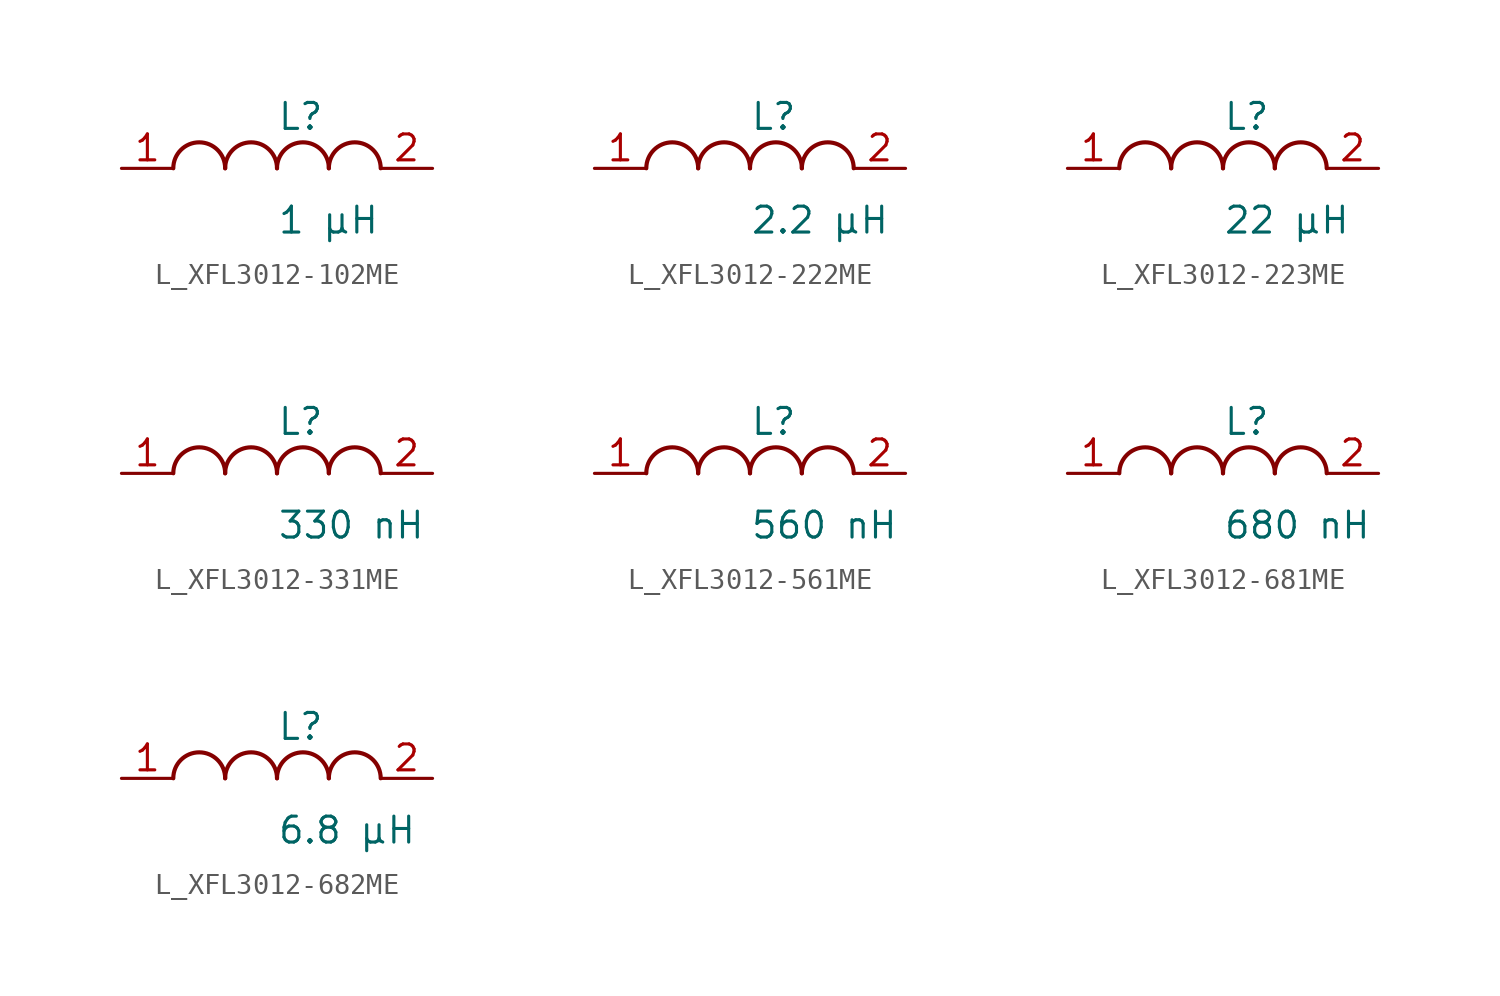
<source format=kicad_sym>
(kicad_symbol_lib
  (version 20231120)
  (generator kicad_symbol_editor)
  (generator_version 8.0)
  (symbol "L_XFL3012-102ME"
    (pin_names
      (offset 0.254))
    (property "Reference" "L"
      (at 0 2.54 0)
      (effects (font (size 1.27 1.27)) (justify left)))
    (property "Value" "1 µH"
      (at 0 -2.54 0)
      (effects (font (size 1.27 1.27)) (justify left)))
    (symbol "L_XFL3012-102ME_1_1"
      (arc (start -2.54 0.0056) (mid -3.81 1.27) (end -5.08 0.0056) (stroke (width 0.2032) (type default)) (fill (type none)))
      (arc (start 0 0.0056) (mid -1.27 1.27) (end -2.54 0.0056) (stroke (width 0.2032) (type default)) (fill (type none)))
      (arc (start 2.54 0.0056) (mid 1.27 1.27) (end 0 0.0056) (stroke (width 0.2032) (type default)) (fill (type none)))
      (arc (start 5.08 0.0056) (mid 3.81 1.27) (end 2.54 0.0056) (stroke (width 0.2032) (type default)) (fill (type none)))
      (pin unspecified line (at -7.62 0 0) (length 2.54) (name "" (effects (font (size 1.27 1.27)))) (number "1" (effects (font (size 1.27 1.27)))))
      (pin unspecified line (at 7.62 0 180) (length 2.54) (name "" (effects (font (size 1.27 1.27)))) (number "2" (effects (font (size 1.27 1.27)))))))
  (symbol "L_XFL3012-222ME"
    (pin_names
      (offset 0.254))
    (property "Reference" "L"
      (at 0 2.54 0)
      (effects (font (size 1.27 1.27)) (justify left)))
    (property "Value" "2.2 µH"
      (at 0 -2.54 0)
      (effects (font (size 1.27 1.27)) (justify left)))
    (symbol "L_XFL3012-222ME_1_1"
      (arc (start -2.54 0.0056) (mid -3.81 1.27) (end -5.08 0.0056) (stroke (width 0.2032) (type default)) (fill (type none)))
      (arc (start 0 0.0056) (mid -1.27 1.27) (end -2.54 0.0056) (stroke (width 0.2032) (type default)) (fill (type none)))
      (arc (start 2.54 0.0056) (mid 1.27 1.27) (end 0 0.0056) (stroke (width 0.2032) (type default)) (fill (type none)))
      (arc (start 5.08 0.0056) (mid 3.81 1.27) (end 2.54 0.0056) (stroke (width 0.2032) (type default)) (fill (type none)))
      (pin unspecified line (at -7.62 0 0) (length 2.54) (name "" (effects (font (size 1.27 1.27)))) (number "1" (effects (font (size 1.27 1.27)))))
      (pin unspecified line (at 7.62 0 180) (length 2.54) (name "" (effects (font (size 1.27 1.27)))) (number "2" (effects (font (size 1.27 1.27)))))))
  (symbol "L_XFL3012-223ME"
    (pin_names
      (offset 0.254))
    (property "Reference" "L"
      (at 0 2.54 0)
      (effects (font (size 1.27 1.27)) (justify left)))
    (property "Value" "22 µH"
      (at 0 -2.54 0)
      (effects (font (size 1.27 1.27)) (justify left)))
    (symbol "L_XFL3012-223ME_1_1"
      (arc (start -2.54 0.0056) (mid -3.81 1.27) (end -5.08 0.0056) (stroke (width 0.2032) (type default)) (fill (type none)))
      (arc (start 0 0.0056) (mid -1.27 1.27) (end -2.54 0.0056) (stroke (width 0.2032) (type default)) (fill (type none)))
      (arc (start 2.54 0.0056) (mid 1.27 1.27) (end 0 0.0056) (stroke (width 0.2032) (type default)) (fill (type none)))
      (arc (start 5.08 0.0056) (mid 3.81 1.27) (end 2.54 0.0056) (stroke (width 0.2032) (type default)) (fill (type none)))
      (pin unspecified line (at -7.62 0 0) (length 2.54) (name "" (effects (font (size 1.27 1.27)))) (number "1" (effects (font (size 1.27 1.27)))))
      (pin unspecified line (at 7.62 0 180) (length 2.54) (name "" (effects (font (size 1.27 1.27)))) (number "2" (effects (font (size 1.27 1.27)))))))
  (symbol "L_XFL3012-331ME"
    (pin_names
      (offset 0.254))
    (property "Reference" "L"
      (at 0 2.54 0)
      (effects (font (size 1.27 1.27)) (justify left)))
    (property "Value" "330 nH"
      (at 0 -2.54 0)
      (effects (font (size 1.27 1.27)) (justify left)))
    (symbol "L_XFL3012-331ME_1_1"
      (arc (start -2.54 0.0056) (mid -3.81 1.27) (end -5.08 0.0056) (stroke (width 0.2032) (type default)) (fill (type none)))
      (arc (start 0 0.0056) (mid -1.27 1.27) (end -2.54 0.0056) (stroke (width 0.2032) (type default)) (fill (type none)))
      (arc (start 2.54 0.0056) (mid 1.27 1.27) (end 0 0.0056) (stroke (width 0.2032) (type default)) (fill (type none)))
      (arc (start 5.08 0.0056) (mid 3.81 1.27) (end 2.54 0.0056) (stroke (width 0.2032) (type default)) (fill (type none)))
      (pin unspecified line (at -7.62 0 0) (length 2.54) (name "" (effects (font (size 1.27 1.27)))) (number "1" (effects (font (size 1.27 1.27)))))
      (pin unspecified line (at 7.62 0 180) (length 2.54) (name "" (effects (font (size 1.27 1.27)))) (number "2" (effects (font (size 1.27 1.27)))))))
  (symbol "L_XFL3012-561ME"
    (pin_names
      (offset 0.254))
    (property "Reference" "L"
      (at 0 2.54 0)
      (effects (font (size 1.27 1.27)) (justify left)))
    (property "Value" "560 nH"
      (at 0 -2.54 0)
      (effects (font (size 1.27 1.27)) (justify left)))
    (symbol "L_XFL3012-561ME_1_1"
      (arc (start -2.54 0.0056) (mid -3.81 1.27) (end -5.08 0.0056) (stroke (width 0.2032) (type default)) (fill (type none)))
      (arc (start 0 0.0056) (mid -1.27 1.27) (end -2.54 0.0056) (stroke (width 0.2032) (type default)) (fill (type none)))
      (arc (start 2.54 0.0056) (mid 1.27 1.27) (end 0 0.0056) (stroke (width 0.2032) (type default)) (fill (type none)))
      (arc (start 5.08 0.0056) (mid 3.81 1.27) (end 2.54 0.0056) (stroke (width 0.2032) (type default)) (fill (type none)))
      (pin unspecified line (at -7.62 0 0) (length 2.54) (name "" (effects (font (size 1.27 1.27)))) (number "1" (effects (font (size 1.27 1.27)))))
      (pin unspecified line (at 7.62 0 180) (length 2.54) (name "" (effects (font (size 1.27 1.27)))) (number "2" (effects (font (size 1.27 1.27)))))))
  (symbol "L_XFL3012-681ME"
    (pin_names
      (offset 0.254))
    (property "Reference" "L"
      (at 0 2.54 0)
      (effects (font (size 1.27 1.27)) (justify left)))
    (property "Value" "680 nH"
      (at 0 -2.54 0)
      (effects (font (size 1.27 1.27)) (justify left)))
    (symbol "L_XFL3012-681ME_1_1"
      (arc (start -2.54 0.0056) (mid -3.81 1.27) (end -5.08 0.0056) (stroke (width 0.2032) (type default)) (fill (type none)))
      (arc (start 0 0.0056) (mid -1.27 1.27) (end -2.54 0.0056) (stroke (width 0.2032) (type default)) (fill (type none)))
      (arc (start 2.54 0.0056) (mid 1.27 1.27) (end 0 0.0056) (stroke (width 0.2032) (type default)) (fill (type none)))
      (arc (start 5.08 0.0056) (mid 3.81 1.27) (end 2.54 0.0056) (stroke (width 0.2032) (type default)) (fill (type none)))
      (pin unspecified line (at -7.62 0 0) (length 2.54) (name "" (effects (font (size 1.27 1.27)))) (number "1" (effects (font (size 1.27 1.27)))))
      (pin unspecified line (at 7.62 0 180) (length 2.54) (name "" (effects (font (size 1.27 1.27)))) (number "2" (effects (font (size 1.27 1.27)))))))
  (symbol "L_XFL3012-682ME"
    (pin_names
      (offset 0.254))
    (property "Reference" "L"
      (at 0 2.54 0)
      (effects (font (size 1.27 1.27)) (justify left)))
    (property "Value" "6.8 µH"
      (at 0 -2.54 0)
      (effects (font (size 1.27 1.27)) (justify left)))
    (symbol "L_XFL3012-682ME_1_1"
      (arc (start -2.54 0.0056) (mid -3.81 1.27) (end -5.08 0.0056) (stroke (width 0.2032) (type default)) (fill (type none)))
      (arc (start 0 0.0056) (mid -1.27 1.27) (end -2.54 0.0056) (stroke (width 0.2032) (type default)) (fill (type none)))
      (arc (start 2.54 0.0056) (mid 1.27 1.27) (end 0 0.0056) (stroke (width 0.2032) (type default)) (fill (type none)))
      (arc (start 5.08 0.0056) (mid 3.81 1.27) (end 2.54 0.0056) (stroke (width 0.2032) (type default)) (fill (type none)))
      (pin unspecified line (at -7.62 0 0) (length 2.54) (name "" (effects (font (size 1.27 1.27)))) (number "1" (effects (font (size 1.27 1.27)))))
      (pin unspecified line (at 7.62 0 180) (length 2.54) (name "" (effects (font (size 1.27 1.27)))) (number "2" (effects (font (size 1.27 1.27))))))))
</source>
